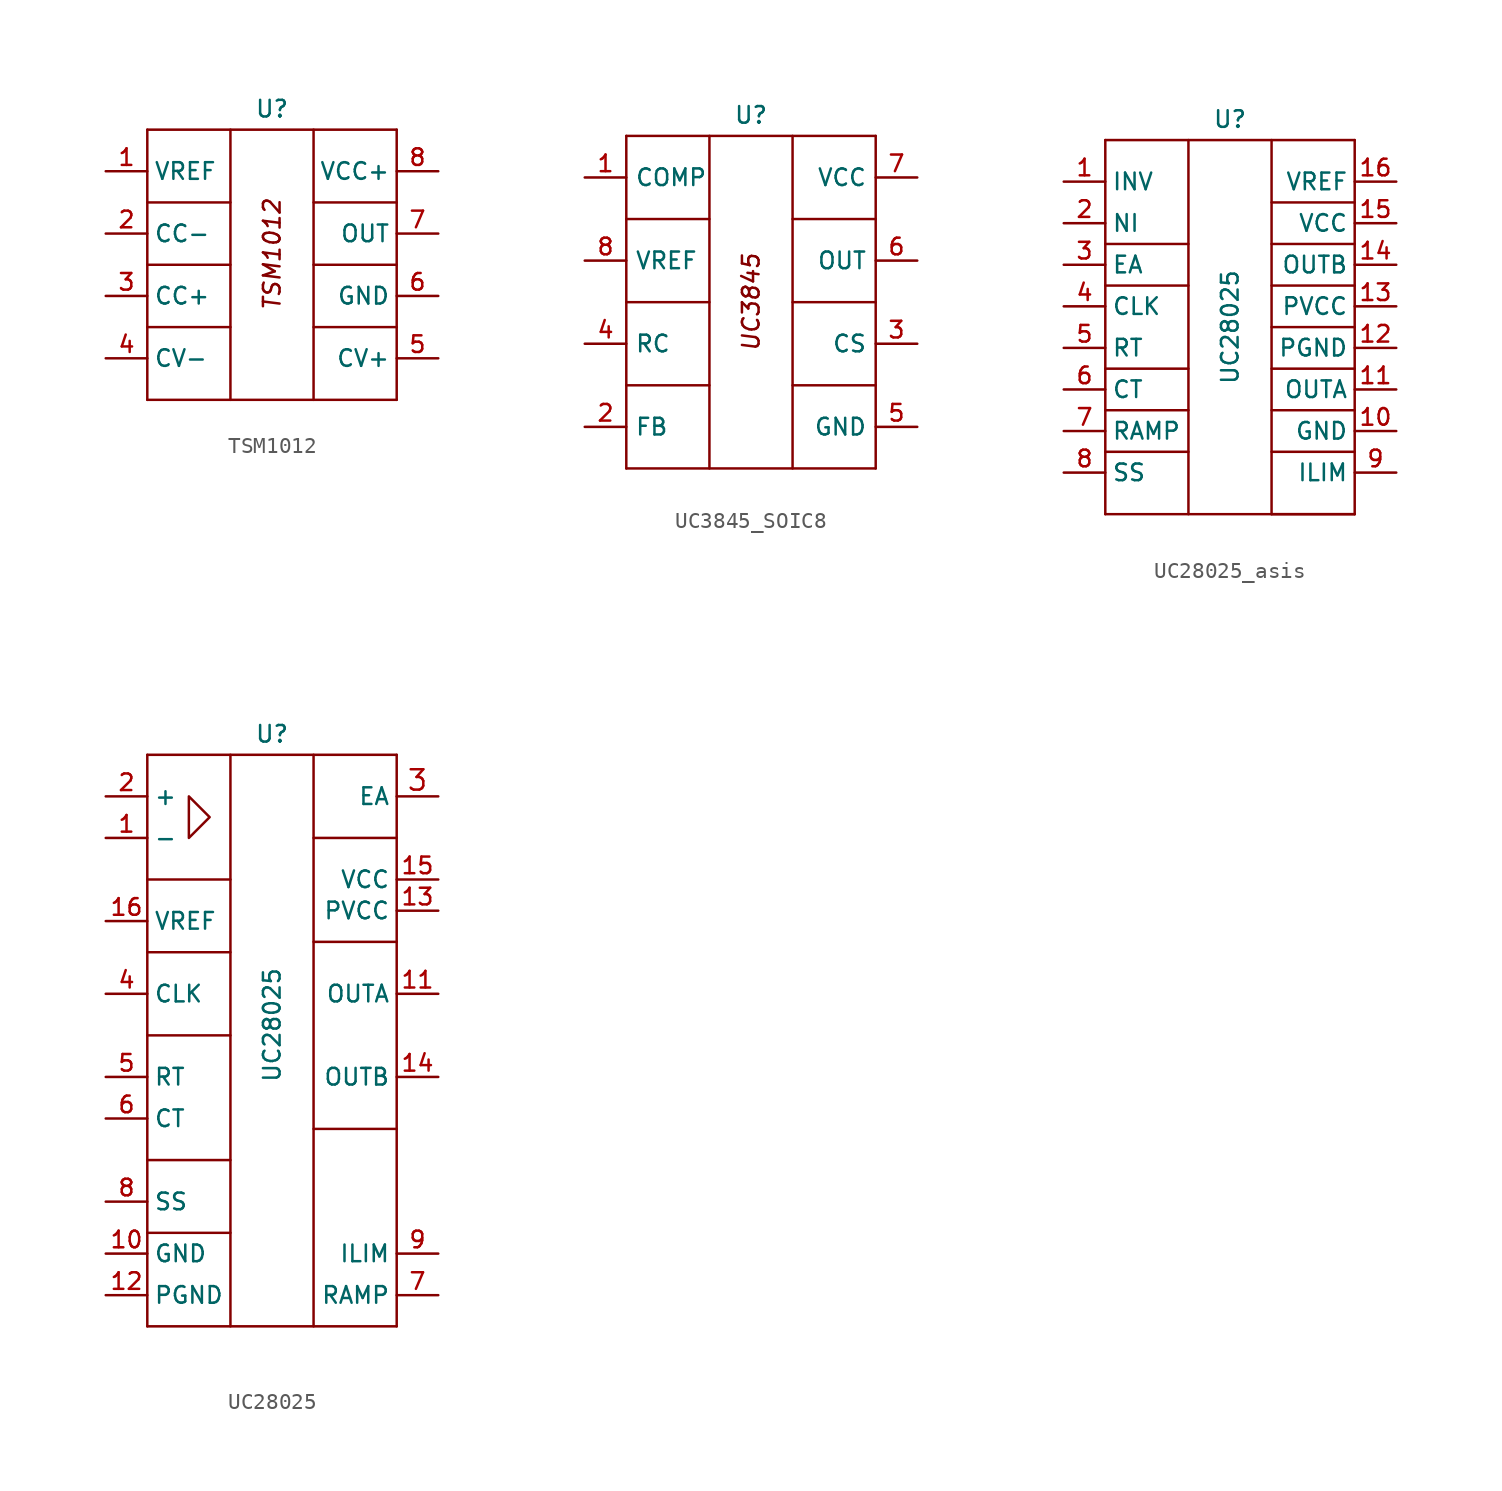
<source format=kicad_sym>
(kicad_symbol_lib
  (version 20220914)
  (generator kicad_symbol_editor)
  (symbol "TSM1012"
    (pin_names
      (offset 0.381))
    (property "Reference" "U"
      (at 0 8.89 0)
      (effects (font (size 1.016 1.016))))
    (symbol "TSM1012_0_1"
      (polyline (pts (xy -7.62 -4.445) (xy -2.54 -4.445)) (stroke (width 0) (type default)) (fill (type none)))
      (polyline (pts (xy -7.62 -0.635) (xy -2.54 -0.635)) (stroke (width 0) (type default)) (fill (type none)))
      (polyline (pts (xy -7.62 3.175) (xy -2.54 3.175)) (stroke (width 0) (type default)) (fill (type none)))
      (polyline (pts (xy 2.54 -4.445) (xy 7.62 -4.445)) (stroke (width 0) (type default)) (fill (type none)))
      (polyline (pts (xy 2.54 -0.635) (xy 7.62 -0.635)) (stroke (width 0) (type default)) (fill (type none)))
      (polyline (pts (xy 2.54 3.175) (xy 7.62 3.175)) (stroke (width 0) (type default)) (fill (type none))))
    (symbol "TSM1012_1_1"
      (polyline (pts (xy -7.62 -8.89) (xy 7.62 -8.89)) (stroke (width 0) (type default)) (fill (type none)))
      (polyline (pts (xy -7.62 7.62) (xy -7.62 -8.89)) (stroke (width 0) (type default)) (fill (type none)))
      (polyline (pts (xy -7.62 7.62) (xy 7.62 7.62)) (stroke (width 0) (type default)) (fill (type none)))
      (polyline (pts (xy -2.54 7.62) (xy -2.54 -8.89)) (stroke (width 0) (type default)) (fill (type none)))
      (polyline (pts (xy 2.54 7.62) (xy 2.54 -8.89)) (stroke (width 0) (type default)) (fill (type none)))
      (polyline (pts (xy 7.62 7.62) (xy 7.62 -8.89)) (stroke (width 0) (type default)) (fill (type none)))
      (text "TSM1012" (at 0 0 900) (effects (font (size 1.016 1.016) italic)))
      (pin output line (at -10.16 5.08 0) (length 2.54) (name "VREF" (effects (font (size 1.016 1.016)))) (number "1" (effects (font (size 1.016 1.016)))))
      (pin input line (at -10.16 1.27 0) (length 2.54) (name "CC-" (effects (font (size 1.016 1.016)))) (number "2" (effects (font (size 1.016 1.016)))))
      (pin input line (at -10.16 -2.54 0) (length 2.54) (name "CC+" (effects (font (size 1.016 1.016)))) (number "3" (effects (font (size 1.016 1.016)))))
      (pin power_in line (at -10.16 -6.35 0) (length 2.54) (name "CV-" (effects (font (size 1.016 1.016)))) (number "4" (effects (font (size 1.016 1.016)))))
      (pin output line (at 10.16 -6.35 180) (length 2.54) (name "CV+" (effects (font (size 1.016 1.016)))) (number "5" (effects (font (size 1.016 1.016)))))
      (pin output line (at 10.16 -2.54 180) (length 2.54) (name "GND" (effects (font (size 1.016 1.016)))) (number "6" (effects (font (size 1.016 1.016)))))
      (pin output line (at 10.16 1.27 180) (length 2.54) (name "OUT" (effects (font (size 1.016 1.016)))) (number "7" (effects (font (size 1.016 1.016)))))
      (pin power_in line (at 10.16 5.08 180) (length 2.54) (name "VCC+" (effects (font (size 1.016 1.016)))) (number "8" (effects (font (size 1.016 1.016)))))))
  (symbol "UC3845_SOIC8"
    (property "Reference" "U"
      (at 0 11.43 0)
      (effects (font (size 1.016 1.016))))
    (symbol "UC3845_SOIC8_0_1"
      (polyline (pts (xy -7.62 -5.08) (xy -2.54 -5.08)) (stroke (width 0) (type default)) (fill (type none)))
      (polyline (pts (xy -7.62 0) (xy -2.54 0)) (stroke (width 0) (type default)) (fill (type none)))
      (polyline (pts (xy -7.62 5.08) (xy -2.54 5.08)) (stroke (width 0) (type default)) (fill (type none)))
      (polyline (pts (xy 2.54 -5.08) (xy 7.62 -5.08)) (stroke (width 0) (type default)) (fill (type none)))
      (polyline (pts (xy 2.54 0) (xy 7.62 0)) (stroke (width 0) (type default)) (fill (type none)))
      (polyline (pts (xy 2.54 5.08) (xy 7.62 5.08)) (stroke (width 0) (type default)) (fill (type none))))
    (symbol "UC3845_SOIC8_1_1"
      (polyline (pts (xy -7.62 -10.16) (xy 7.62 -10.16)) (stroke (width 0) (type default)) (fill (type none)))
      (polyline (pts (xy -7.62 10.16) (xy -7.62 -10.16)) (stroke (width 0) (type default)) (fill (type none)))
      (polyline (pts (xy -7.62 10.16) (xy 7.62 10.16)) (stroke (width 0) (type default)) (fill (type none)))
      (polyline (pts (xy -2.54 10.16) (xy -2.54 -10.16)) (stroke (width 0) (type default)) (fill (type none)))
      (polyline (pts (xy 2.54 10.16) (xy 2.54 -10.16)) (stroke (width 0) (type default)) (fill (type none)))
      (polyline (pts (xy 7.62 10.16) (xy 7.62 -10.16)) (stroke (width 0) (type default)) (fill (type none)))
      (text "UC3845" (at 0 0 900) (effects (font (size 1.016 1.016) italic)))
      (pin passive line (at -10.16 7.62 0) (length 2.54) (name "COMP" (effects (font (size 1.016 1.016)))) (number "1" (effects (font (size 1.016 1.016)))))
      (pin input line (at -10.16 -7.62 0) (length 2.54) (name "FB" (effects (font (size 1.016 1.016)))) (number "2" (effects (font (size 1.016 1.016)))))
      (pin input line (at 10.16 -2.54 180) (length 2.54) (name "CS" (effects (font (size 1.016 1.016)))) (number "3" (effects (font (size 1.016 1.016)))))
      (pin passive line (at -10.16 -2.54 0) (length 2.54) (name "RC" (effects (font (size 1.016 1.016)))) (number "4" (effects (font (size 1.016 1.016)))))
      (pin power_in line (at 10.16 -7.62 180) (length 2.54) (name "GND" (effects (font (size 1.016 1.016)))) (number "5" (effects (font (size 1.016 1.016)))))
      (pin output line (at 10.16 2.54 180) (length 2.54) (name "OUT" (effects (font (size 1.016 1.016)))) (number "6" (effects (font (size 1.016 1.016)))))
      (pin power_in line (at 10.16 7.62 180) (length 2.54) (name "VCC" (effects (font (size 1.016 1.016)))) (number "7" (effects (font (size 1.016 1.016)))))
      (pin power_out line (at -10.16 2.54 0) (length 2.54) (name "VREF" (effects (font (size 1.016 1.016)))) (number "8" (effects (font (size 1.016 1.016)))))))
  (symbol "UC28025_asis"
    (pin_names
      (offset 0.381))
    (property "Reference" "U"
      (at 0 12.7 0)
      (effects (font (size 1.016 1.016))))
    (property "Value" "UC28025"
      (at 0 0 90)
      (effects (font (size 1.016 1.016))))
    (symbol "UC28025_asis_0_1"
      (polyline (pts (xy -7.62 -7.62) (xy -2.54 -7.62)) (stroke (width 0) (type default)) (fill (type none)))
      (polyline (pts (xy -7.62 -5.08) (xy -2.54 -5.08)) (stroke (width 0) (type default)) (fill (type none)))
      (polyline (pts (xy -7.62 -2.54) (xy -2.54 -2.54)) (stroke (width 0) (type default)) (fill (type none)))
      (polyline (pts (xy -7.62 2.54) (xy -2.54 2.54)) (stroke (width 0) (type default)) (fill (type none)))
      (polyline (pts (xy -7.62 5.08) (xy -2.54 5.08)) (stroke (width 0) (type default)) (fill (type none)))
      (polyline (pts (xy 2.54 -11.43) (xy 7.62 -11.43)) (stroke (width 0) (type default)) (fill (type none)))
      (polyline (pts (xy 2.54 -7.62) (xy 7.62 -7.62)) (stroke (width 0) (type default)) (fill (type none)))
      (polyline (pts (xy 2.54 -5.08) (xy 7.62 -5.08)) (stroke (width 0) (type default)) (fill (type none)))
      (polyline (pts (xy 2.54 -2.54) (xy 7.62 -2.54)) (stroke (width 0) (type default)) (fill (type none)))
      (polyline (pts (xy 2.54 0) (xy 7.62 0)) (stroke (width 0) (type default)) (fill (type none)))
      (polyline (pts (xy 2.54 2.54) (xy 7.62 2.54)) (stroke (width 0) (type default)) (fill (type none)))
      (polyline (pts (xy 2.54 5.08) (xy 7.62 5.08)) (stroke (width 0) (type default)) (fill (type none)))
      (polyline (pts (xy 2.54 7.62) (xy 7.62 7.62)) (stroke (width 0) (type default)) (fill (type none))))
    (symbol "UC28025_asis_1_1"
      (polyline (pts (xy -7.62 -11.43) (xy 7.62 -11.43)) (stroke (width 0) (type default)) (fill (type none)))
      (polyline (pts (xy -7.62 11.43) (xy -7.62 -11.43)) (stroke (width 0) (type default)) (fill (type none)))
      (polyline (pts (xy -7.62 11.43) (xy 7.62 11.43)) (stroke (width 0) (type default)) (fill (type none)))
      (polyline (pts (xy -2.54 11.43) (xy -2.54 -11.43)) (stroke (width 0) (type default)) (fill (type none)))
      (polyline (pts (xy 2.54 11.43) (xy 2.54 -11.43)) (stroke (width 0) (type default)) (fill (type none)))
      (polyline (pts (xy 7.62 11.43) (xy 7.62 -11.43)) (stroke (width 0) (type default)) (fill (type none)))
      (pin input line (at -10.16 8.89 0) (length 2.54) (name "INV" (effects (font (size 1.016 1.016)))) (number "1" (effects (font (size 1.016 1.016)))))
      (pin power_in line (at 10.16 -6.35 180) (length 2.54) (name "GND" (effects (font (size 1.016 1.016)))) (number "10" (effects (font (size 1.016 1.016)))))
      (pin output line (at 10.16 -3.81 180) (length 2.54) (name "OUTA" (effects (font (size 1.016 1.016)))) (number "11" (effects (font (size 1.016 1.016)))))
      (pin power_in line (at 10.16 -1.27 180) (length 2.54) (name "PGND" (effects (font (size 1.016 1.016)))) (number "12" (effects (font (size 1.016 1.016)))))
      (pin power_in line (at 10.16 1.27 180) (length 2.54) (name "PVCC" (effects (font (size 1.016 1.016)))) (number "13" (effects (font (size 1.016 1.016)))))
      (pin output line (at 10.16 3.81 180) (length 2.54) (name "OUTB" (effects (font (size 1.016 1.016)))) (number "14" (effects (font (size 1.016 1.016)))))
      (pin power_in line (at 10.16 6.35 180) (length 2.54) (name "VCC" (effects (font (size 1.016 1.016)))) (number "15" (effects (font (size 1.016 1.016)))))
      (pin power_out line (at 10.16 8.89 180) (length 2.54) (name "VREF" (effects (font (size 1.016 1.016)))) (number "16" (effects (font (size 1.016 1.016)))))
      (pin input line (at -10.16 6.35 0) (length 2.54) (name "NI" (effects (font (size 1.016 1.016)))) (number "2" (effects (font (size 1.016 1.016)))))
      (pin output line (at -10.16 3.81 0) (length 2.54) (name "EA" (effects (font (size 1.016 1.016)))) (number "3" (effects (font (size 1.016 1.016)))))
      (pin output line (at -10.16 1.27 0) (length 2.54) (name "CLK" (effects (font (size 1.016 1.016)))) (number "4" (effects (font (size 1.016 1.016)))))
      (pin passive line (at -10.16 -1.27 0) (length 2.54) (name "RT" (effects (font (size 1.016 1.016)))) (number "5" (effects (font (size 1.016 1.016)))))
      (pin passive line (at -10.16 -3.81 0) (length 2.54) (name "CT" (effects (font (size 1.016 1.016)))) (number "6" (effects (font (size 1.016 1.016)))))
      (pin passive line (at -10.16 -6.35 0) (length 2.54) (name "RAMP" (effects (font (size 1.016 1.016)))) (number "7" (effects (font (size 1.016 1.016)))))
      (pin passive line (at -10.16 -8.89 0) (length 2.54) (name "SS" (effects (font (size 1.016 1.016)))) (number "8" (effects (font (size 1.016 1.016)))))
      (pin input line (at 10.16 -8.89 180) (length 2.54) (name "ILIM" (effects (font (size 1.016 1.016)))) (number "9" (effects (font (size 1.016 1.016)))) (alternate "SD" input line))))
  (symbol "UC28025"
    (pin_names
      (offset 0.381))
    (property "Reference" "U"
      (at 0 17.78 0)
      (effects (font (size 1.016 1.016))))
    (property "Value" "UC28025"
      (at 0 0 90)
      (effects (font (size 1.016 1.016))))
    (symbol "UC28025_0_1"
      (polyline (pts (xy -7.62 -12.7) (xy -2.54 -12.7)) (stroke (width 0) (type default)) (fill (type none)))
      (polyline (pts (xy -7.62 -8.255) (xy -2.54 -8.255)) (stroke (width 0) (type default)) (fill (type none)))
      (polyline (pts (xy -7.62 -0.635) (xy -2.54 -0.635)) (stroke (width 0) (type default)) (fill (type none)))
      (polyline (pts (xy -7.62 4.445) (xy -2.54 4.445)) (stroke (width 0) (type default)) (fill (type none)))
      (polyline (pts (xy -7.62 8.89) (xy -2.54 8.89)) (stroke (width 0) (type default)) (fill (type none)))
      (polyline (pts (xy 2.54 -6.35) (xy 7.62 -6.35)) (stroke (width 0) (type default)) (fill (type none)))
      (polyline (pts (xy 2.54 5.08) (xy 7.62 5.08)) (stroke (width 0) (type default)) (fill (type none)))
      (polyline (pts (xy 2.54 11.43) (xy 7.62 11.43)) (stroke (width 0) (type default)) (fill (type none)))
      (polyline (pts (xy -5.08 13.97) (xy -3.81 12.7) (xy -5.08 11.43) (xy -5.08 13.97)) (stroke (width 0) (type default)) (fill (type none))))
    (symbol "UC28025_1_1"
      (polyline (pts (xy -7.62 -18.415) (xy 7.62 -18.415)) (stroke (width 0) (type default)) (fill (type none)))
      (polyline (pts (xy -7.62 16.51) (xy -7.62 -18.415)) (stroke (width 0) (type default)) (fill (type none)))
      (polyline (pts (xy -7.62 16.51) (xy 7.62 16.51)) (stroke (width 0) (type default)) (fill (type none)))
      (polyline (pts (xy -2.54 16.51) (xy -2.54 -18.415)) (stroke (width 0) (type default)) (fill (type none)))
      (polyline (pts (xy 2.54 16.51) (xy 2.54 -18.415)) (stroke (width 0) (type default)) (fill (type none)))
      (polyline (pts (xy 7.62 16.51) (xy 7.62 -18.415)) (stroke (width 0) (type default)) (fill (type none)))
      (pin input line (at -10.16 11.43 0) (length 2.54) (name "-" (effects (font (size 1.016 1.016)))) (number "1" (effects (font (size 1.016 1.016)))))
      (pin power_in line (at -10.16 -13.97 0) (length 2.54) (name "GND" (effects (font (size 1.016 1.016)))) (number "10" (effects (font (size 1.016 1.016)))))
      (pin output line (at 10.16 1.905 180) (length 2.54) (name "OUTA" (effects (font (size 1.016 1.016)))) (number "11" (effects (font (size 1.016 1.016)))))
      (pin power_in line (at -10.16 -16.51 0) (length 2.54) (name "PGND" (effects (font (size 1.016 1.016)))) (number "12" (effects (font (size 1.016 1.016)))))
      (pin power_in line (at 10.16 6.985 180) (length 2.54) (name "PVCC" (effects (font (size 1.016 1.016)))) (number "13" (effects (font (size 1.016 1.016)))))
      (pin output line (at 10.16 -3.175 180) (length 2.54) (name "OUTB" (effects (font (size 1.016 1.016)))) (number "14" (effects (font (size 1.016 1.016)))))
      (pin power_in line (at 10.16 8.89 180) (length 2.54) (name "VCC" (effects (font (size 1.016 1.016)))) (number "15" (effects (font (size 1.016 1.016)))))
      (pin power_out line (at -10.16 6.35 0) (length 2.54) (name "VREF" (effects (font (size 1.016 1.016)))) (number "16" (effects (font (size 1.016 1.016)))))
      (pin input line (at -10.16 13.97 0) (length 2.54) (name "+" (effects (font (size 1.016 1.016)))) (number "2" (effects (font (size 1.016 1.016)))))
      (pin output line (at 10.16 13.97 180) (length 2.54) (name "EA" (effects (font (size 1.016 1.016)))) (number "3" (effects (font (size 1.245 1.245)))))
      (pin output line (at -10.16 1.905 0) (length 2.54) (name "CLK" (effects (font (size 1.016 1.016)))) (number "4" (effects (font (size 1.016 1.016)))))
      (pin passive line (at -10.16 -3.175 0) (length 2.54) (name "RT" (effects (font (size 1.016 1.016)))) (number "5" (effects (font (size 1.016 1.016)))))
      (pin passive line (at -10.16 -5.715 0) (length 2.54) (name "CT" (effects (font (size 1.016 1.016)))) (number "6" (effects (font (size 1.016 1.016)))))
      (pin passive line (at 10.16 -16.51 180) (length 2.54) (name "RAMP" (effects (font (size 1.016 1.016)))) (number "7" (effects (font (size 1.016 1.016)))))
      (pin passive line (at -10.16 -10.795 0) (length 2.54) (name "SS" (effects (font (size 1.016 1.016)))) (number "8" (effects (font (size 1.016 1.016)))))
      (pin input line (at 10.16 -13.97 180) (length 2.54) (name "ILIM" (effects (font (size 1.016 1.016)))) (number "9" (effects (font (size 1.016 1.016)))) (alternate "SD" input line)))))
</source>
